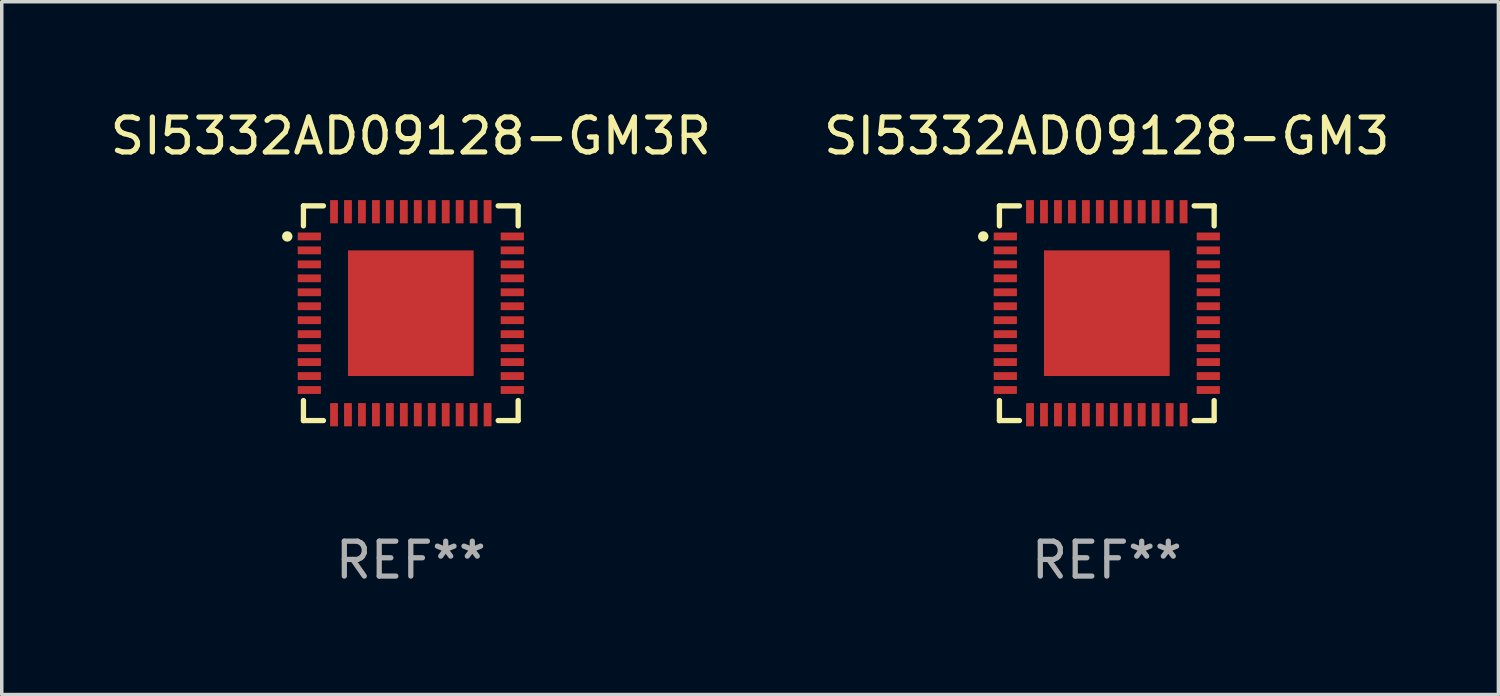
<source format=kicad_pcb>
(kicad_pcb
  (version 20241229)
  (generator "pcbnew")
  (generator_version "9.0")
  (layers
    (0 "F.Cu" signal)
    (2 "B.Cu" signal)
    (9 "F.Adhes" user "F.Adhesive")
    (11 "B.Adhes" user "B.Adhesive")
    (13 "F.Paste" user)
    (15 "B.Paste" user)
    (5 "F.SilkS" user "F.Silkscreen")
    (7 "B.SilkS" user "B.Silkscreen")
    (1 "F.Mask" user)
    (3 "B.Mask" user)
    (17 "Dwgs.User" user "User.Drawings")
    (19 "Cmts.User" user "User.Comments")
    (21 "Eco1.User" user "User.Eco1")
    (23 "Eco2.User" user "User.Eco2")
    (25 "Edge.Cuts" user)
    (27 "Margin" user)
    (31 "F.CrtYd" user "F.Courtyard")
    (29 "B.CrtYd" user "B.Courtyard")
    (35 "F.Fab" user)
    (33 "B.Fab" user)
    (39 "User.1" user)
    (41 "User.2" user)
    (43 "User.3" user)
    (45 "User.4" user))
  (footprint "SI5332AD09128-GM3R"
    (layer "F.Cu")
    (at 8.72 5.924)
    (property "Reference" "SI5332AD09128-GM3R" (at 0 -5.076 0) (layer "F.SilkS") (effects (font (size 1 1) (thickness 0.15))))
    (attr through_hole)
    (fp_line (start -3.076 -3.076) (end -3.076 -2.503) (stroke (width 0.152) (type solid)) (layer "F.SilkS"))
    (fp_line (start -3.076 3.076) (end -3.076 2.503) (stroke (width 0.152) (type solid)) (layer "F.SilkS"))
    (fp_line (start -2.503 -3.076) (end -3.076 -3.076) (stroke (width 0.152) (type solid)) (layer "F.SilkS"))
    (fp_line (start -2.503 3.076) (end -3.076 3.076) (stroke (width 0.152) (type solid)) (layer "F.SilkS"))
    (fp_line (start 2.503 -3.076) (end 3.076 -3.076) (stroke (width 0.152) (type solid)) (layer "F.SilkS"))
    (fp_line (start 2.503 3.076) (end 3.076 3.076) (stroke (width 0.152) (type solid)) (layer "F.SilkS"))
    (fp_line (start 3.076 -3.076) (end 3.076 -2.503) (stroke (width 0.152) (type solid)) (layer "F.SilkS"))
    (fp_line (start 3.076 3.076) (end 3.076 2.503) (stroke (width 0.152) (type solid)) (layer "F.SilkS"))
    (fp_circle (center -3.54 -2.2) (end -3.465 -2.2) (stroke (width 0.15) (type solid)) (fill no) (layer "F.SilkS"))
    (fp_text user "REF**" (at 0 7.076 0) (layer "F.Fab") (effects (font (size 1 1) (thickness 0.15))))
    (pad "1" smd rect (at -2.908 -2.2) (size 0.665 0.224) (layers "F.Cu" "F.Mask" "F.Paste"))
    (pad "2" smd rect (at -2.908 -1.8) (size 0.665 0.224) (layers "F.Cu" "F.Mask" "F.Paste"))
    (pad "3" smd rect (at -2.908 -1.4) (size 0.665 0.224) (layers "F.Cu" "F.Mask" "F.Paste"))
    (pad "4" smd rect (at -2.908 -1) (size 0.665 0.224) (layers "F.Cu" "F.Mask" "F.Paste"))
    (pad "5" smd rect (at -2.908 -0.6) (size 0.665 0.224) (layers "F.Cu" "F.Mask" "F.Paste"))
    (pad "6" smd rect (at -2.908 -0.2) (size 0.665 0.224) (layers "F.Cu" "F.Mask" "F.Paste"))
    (pad "7" smd rect (at -2.908 0.2) (size 0.665 0.224) (layers "F.Cu" "F.Mask" "F.Paste"))
    (pad "8" smd rect (at -2.908 0.6) (size 0.665 0.224) (layers "F.Cu" "F.Mask" "F.Paste"))
    (pad "9" smd rect (at -2.908 1) (size 0.665 0.224) (layers "F.Cu" "F.Mask" "F.Paste"))
    (pad "10" smd rect (at -2.908 1.4) (size 0.665 0.224) (layers "F.Cu" "F.Mask" "F.Paste"))
    (pad "11" smd rect (at -2.908 1.8) (size 0.665 0.224) (layers "F.Cu" "F.Mask" "F.Paste"))
    (pad "12" smd rect (at -2.908 2.2) (size 0.665 0.224) (layers "F.Cu" "F.Mask" "F.Paste"))
    (pad "13" smd rect (at -2.2 2.908) (size 0.224 0.665) (layers "F.Cu" "F.Mask" "F.Paste"))
    (pad "14" smd rect (at -1.8 2.908) (size 0.224 0.665) (layers "F.Cu" "F.Mask" "F.Paste"))
    (pad "15" smd rect (at -1.4 2.908) (size 0.224 0.665) (layers "F.Cu" "F.Mask" "F.Paste"))
    (pad "16" smd rect (at -1 2.908) (size 0.224 0.665) (layers "F.Cu" "F.Mask" "F.Paste"))
    (pad "17" smd rect (at -0.6 2.908) (size 0.224 0.665) (layers "F.Cu" "F.Mask" "F.Paste"))
    (pad "18" smd rect (at -0.2 2.908) (size 0.224 0.665) (layers "F.Cu" "F.Mask" "F.Paste"))
    (pad "19" smd rect (at 0.2 2.908) (size 0.224 0.665) (layers "F.Cu" "F.Mask" "F.Paste"))
    (pad "20" smd rect (at 0.6 2.908) (size 0.224 0.665) (layers "F.Cu" "F.Mask" "F.Paste"))
    (pad "21" smd rect (at 1 2.908) (size 0.224 0.665) (layers "F.Cu" "F.Mask" "F.Paste"))
    (pad "22" smd rect (at 1.4 2.908) (size 0.224 0.665) (layers "F.Cu" "F.Mask" "F.Paste"))
    (pad "23" smd rect (at 1.8 2.908) (size 0.224 0.665) (layers "F.Cu" "F.Mask" "F.Paste"))
    (pad "24" smd rect (at 2.2 2.908) (size 0.224 0.665) (layers "F.Cu" "F.Mask" "F.Paste"))
    (pad "25" smd rect (at 2.908 2.2) (size 0.665 0.224) (layers "F.Cu" "F.Mask" "F.Paste"))
    (pad "26" smd rect (at 2.908 1.8) (size 0.665 0.224) (layers "F.Cu" "F.Mask" "F.Paste"))
    (pad "27" smd rect (at 2.908 1.4) (size 0.665 0.224) (layers "F.Cu" "F.Mask" "F.Paste"))
    (pad "28" smd rect (at 2.908 1) (size 0.665 0.224) (layers "F.Cu" "F.Mask" "F.Paste"))
    (pad "29" smd rect (at 2.908 0.6) (size 0.665 0.224) (layers "F.Cu" "F.Mask" "F.Paste"))
    (pad "30" smd rect (at 2.908 0.2) (size 0.665 0.224) (layers "F.Cu" "F.Mask" "F.Paste"))
    (pad "31" smd rect (at 2.908 -0.2) (size 0.665 0.224) (layers "F.Cu" "F.Mask" "F.Paste"))
    (pad "32" smd rect (at 2.908 -0.6) (size 0.665 0.224) (layers "F.Cu" "F.Mask" "F.Paste"))
    (pad "33" smd rect (at 2.908 -1) (size 0.665 0.224) (layers "F.Cu" "F.Mask" "F.Paste"))
    (pad "34" smd rect (at 2.908 -1.4) (size 0.665 0.224) (layers "F.Cu" "F.Mask" "F.Paste"))
    (pad "35" smd rect (at 2.908 -1.8) (size 0.665 0.224) (layers "F.Cu" "F.Mask" "F.Paste"))
    (pad "36" smd rect (at 2.908 -2.2) (size 0.665 0.224) (layers "F.Cu" "F.Mask" "F.Paste"))
    (pad "37" smd rect (at 2.2 -2.908) (size 0.224 0.665) (layers "F.Cu" "F.Mask" "F.Paste"))
    (pad "38" smd rect (at 1.8 -2.908) (size 0.224 0.665) (layers "F.Cu" "F.Mask" "F.Paste"))
    (pad "39" smd rect (at 1.4 -2.908) (size 0.224 0.665) (layers "F.Cu" "F.Mask" "F.Paste"))
    (pad "40" smd rect (at 1 -2.908) (size 0.224 0.665) (layers "F.Cu" "F.Mask" "F.Paste"))
    (pad "41" smd rect (at 0.6 -2.908) (size 0.224 0.665) (layers "F.Cu" "F.Mask" "F.Paste"))
    (pad "42" smd rect (at 0.2 -2.908) (size 0.224 0.665) (layers "F.Cu" "F.Mask" "F.Paste"))
    (pad "43" smd rect (at -0.2 -2.908) (size 0.224 0.665) (layers "F.Cu" "F.Mask" "F.Paste"))
    (pad "44" smd rect (at -0.6 -2.908) (size 0.224 0.665) (layers "F.Cu" "F.Mask" "F.Paste"))
    (pad "45" smd rect (at -1 -2.908) (size 0.224 0.665) (layers "F.Cu" "F.Mask" "F.Paste"))
    (pad "46" smd rect (at -1.4 -2.908) (size 0.224 0.665) (layers "F.Cu" "F.Mask" "F.Paste"))
    (pad "47" smd rect (at -1.8 -2.908) (size 0.224 0.665) (layers "F.Cu" "F.Mask" "F.Paste"))
    (pad "48" smd rect (at -2.2 -2.908) (size 0.224 0.665) (layers "F.Cu" "F.Mask" "F.Paste"))
    (pad "49" smd rect (at 0 0) (size 3.6 3.6) (layers "F.Cu" "F.Mask" "F.Paste")))
  (footprint "SI5332AD09128-GM3"
    (layer "F.Cu")
    (at 28.661 5.924)
    (property "Reference" "SI5332AD09128-GM3" (at 0 -5.076 0) (layer "F.SilkS") (effects (font (size 1 1) (thickness 0.15))))
    (attr through_hole)
    (fp_line (start -3.076 -3.076) (end -3.076 -2.503) (stroke (width 0.152) (type solid)) (layer "F.SilkS"))
    (fp_line (start -3.076 3.076) (end -3.076 2.503) (stroke (width 0.152) (type solid)) (layer "F.SilkS"))
    (fp_line (start -2.503 -3.076) (end -3.076 -3.076) (stroke (width 0.152) (type solid)) (layer "F.SilkS"))
    (fp_line (start -2.503 3.076) (end -3.076 3.076) (stroke (width 0.152) (type solid)) (layer "F.SilkS"))
    (fp_line (start 2.503 -3.076) (end 3.076 -3.076) (stroke (width 0.152) (type solid)) (layer "F.SilkS"))
    (fp_line (start 2.503 3.076) (end 3.076 3.076) (stroke (width 0.152) (type solid)) (layer "F.SilkS"))
    (fp_line (start 3.076 -3.076) (end 3.076 -2.503) (stroke (width 0.152) (type solid)) (layer "F.SilkS"))
    (fp_line (start 3.076 3.076) (end 3.076 2.503) (stroke (width 0.152) (type solid)) (layer "F.SilkS"))
    (fp_circle (center -3.54 -2.2) (end -3.465 -2.2) (stroke (width 0.15) (type solid)) (fill no) (layer "F.SilkS"))
    (fp_text user "REF**" (at 0 7.076 0) (layer "F.Fab") (effects (font (size 1 1) (thickness 0.15))))
    (pad "1" smd rect (at -2.908 -2.2) (size 0.665 0.224) (layers "F.Cu" "F.Mask" "F.Paste"))
    (pad "2" smd rect (at -2.908 -1.8) (size 0.665 0.224) (layers "F.Cu" "F.Mask" "F.Paste"))
    (pad "3" smd rect (at -2.908 -1.4) (size 0.665 0.224) (layers "F.Cu" "F.Mask" "F.Paste"))
    (pad "4" smd rect (at -2.908 -1) (size 0.665 0.224) (layers "F.Cu" "F.Mask" "F.Paste"))
    (pad "5" smd rect (at -2.908 -0.6) (size 0.665 0.224) (layers "F.Cu" "F.Mask" "F.Paste"))
    (pad "6" smd rect (at -2.908 -0.2) (size 0.665 0.224) (layers "F.Cu" "F.Mask" "F.Paste"))
    (pad "7" smd rect (at -2.908 0.2) (size 0.665 0.224) (layers "F.Cu" "F.Mask" "F.Paste"))
    (pad "8" smd rect (at -2.908 0.6) (size 0.665 0.224) (layers "F.Cu" "F.Mask" "F.Paste"))
    (pad "9" smd rect (at -2.908 1) (size 0.665 0.224) (layers "F.Cu" "F.Mask" "F.Paste"))
    (pad "10" smd rect (at -2.908 1.4) (size 0.665 0.224) (layers "F.Cu" "F.Mask" "F.Paste"))
    (pad "11" smd rect (at -2.908 1.8) (size 0.665 0.224) (layers "F.Cu" "F.Mask" "F.Paste"))
    (pad "12" smd rect (at -2.908 2.2) (size 0.665 0.224) (layers "F.Cu" "F.Mask" "F.Paste"))
    (pad "13" smd rect (at -2.2 2.908) (size 0.224 0.665) (layers "F.Cu" "F.Mask" "F.Paste"))
    (pad "14" smd rect (at -1.8 2.908) (size 0.224 0.665) (layers "F.Cu" "F.Mask" "F.Paste"))
    (pad "15" smd rect (at -1.4 2.908) (size 0.224 0.665) (layers "F.Cu" "F.Mask" "F.Paste"))
    (pad "16" smd rect (at -1 2.908) (size 0.224 0.665) (layers "F.Cu" "F.Mask" "F.Paste"))
    (pad "17" smd rect (at -0.6 2.908) (size 0.224 0.665) (layers "F.Cu" "F.Mask" "F.Paste"))
    (pad "18" smd rect (at -0.2 2.908) (size 0.224 0.665) (layers "F.Cu" "F.Mask" "F.Paste"))
    (pad "19" smd rect (at 0.2 2.908) (size 0.224 0.665) (layers "F.Cu" "F.Mask" "F.Paste"))
    (pad "20" smd rect (at 0.6 2.908) (size 0.224 0.665) (layers "F.Cu" "F.Mask" "F.Paste"))
    (pad "21" smd rect (at 1 2.908) (size 0.224 0.665) (layers "F.Cu" "F.Mask" "F.Paste"))
    (pad "22" smd rect (at 1.4 2.908) (size 0.224 0.665) (layers "F.Cu" "F.Mask" "F.Paste"))
    (pad "23" smd rect (at 1.8 2.908) (size 0.224 0.665) (layers "F.Cu" "F.Mask" "F.Paste"))
    (pad "24" smd rect (at 2.2 2.908) (size 0.224 0.665) (layers "F.Cu" "F.Mask" "F.Paste"))
    (pad "25" smd rect (at 2.908 2.2) (size 0.665 0.224) (layers "F.Cu" "F.Mask" "F.Paste"))
    (pad "26" smd rect (at 2.908 1.8) (size 0.665 0.224) (layers "F.Cu" "F.Mask" "F.Paste"))
    (pad "27" smd rect (at 2.908 1.4) (size 0.665 0.224) (layers "F.Cu" "F.Mask" "F.Paste"))
    (pad "28" smd rect (at 2.908 1) (size 0.665 0.224) (layers "F.Cu" "F.Mask" "F.Paste"))
    (pad "29" smd rect (at 2.908 0.6) (size 0.665 0.224) (layers "F.Cu" "F.Mask" "F.Paste"))
    (pad "30" smd rect (at 2.908 0.2) (size 0.665 0.224) (layers "F.Cu" "F.Mask" "F.Paste"))
    (pad "31" smd rect (at 2.908 -0.2) (size 0.665 0.224) (layers "F.Cu" "F.Mask" "F.Paste"))
    (pad "32" smd rect (at 2.908 -0.6) (size 0.665 0.224) (layers "F.Cu" "F.Mask" "F.Paste"))
    (pad "33" smd rect (at 2.908 -1) (size 0.665 0.224) (layers "F.Cu" "F.Mask" "F.Paste"))
    (pad "34" smd rect (at 2.908 -1.4) (size 0.665 0.224) (layers "F.Cu" "F.Mask" "F.Paste"))
    (pad "35" smd rect (at 2.908 -1.8) (size 0.665 0.224) (layers "F.Cu" "F.Mask" "F.Paste"))
    (pad "36" smd rect (at 2.908 -2.2) (size 0.665 0.224) (layers "F.Cu" "F.Mask" "F.Paste"))
    (pad "37" smd rect (at 2.2 -2.908) (size 0.224 0.665) (layers "F.Cu" "F.Mask" "F.Paste"))
    (pad "38" smd rect (at 1.8 -2.908) (size 0.224 0.665) (layers "F.Cu" "F.Mask" "F.Paste"))
    (pad "39" smd rect (at 1.4 -2.908) (size 0.224 0.665) (layers "F.Cu" "F.Mask" "F.Paste"))
    (pad "40" smd rect (at 1 -2.908) (size 0.224 0.665) (layers "F.Cu" "F.Mask" "F.Paste"))
    (pad "41" smd rect (at 0.6 -2.908) (size 0.224 0.665) (layers "F.Cu" "F.Mask" "F.Paste"))
    (pad "42" smd rect (at 0.2 -2.908) (size 0.224 0.665) (layers "F.Cu" "F.Mask" "F.Paste"))
    (pad "43" smd rect (at -0.2 -2.908) (size 0.224 0.665) (layers "F.Cu" "F.Mask" "F.Paste"))
    (pad "44" smd rect (at -0.6 -2.908) (size 0.224 0.665) (layers "F.Cu" "F.Mask" "F.Paste"))
    (pad "45" smd rect (at -1 -2.908) (size 0.224 0.665) (layers "F.Cu" "F.Mask" "F.Paste"))
    (pad "46" smd rect (at -1.4 -2.908) (size 0.224 0.665) (layers "F.Cu" "F.Mask" "F.Paste"))
    (pad "47" smd rect (at -1.8 -2.908) (size 0.224 0.665) (layers "F.Cu" "F.Mask" "F.Paste"))
    (pad "48" smd rect (at -2.2 -2.908) (size 0.224 0.665) (layers "F.Cu" "F.Mask" "F.Paste"))
    (pad "49" smd rect (at 0 0) (size 3.6 3.6) (layers "F.Cu" "F.Mask" "F.Paste")))
  (gr_rect
    (start -3 -3)
    (end 39.881 16.849)
    (stroke (width 0.1) (type default))
    (fill no)
    (layer "Edge.Cuts")))
</source>
